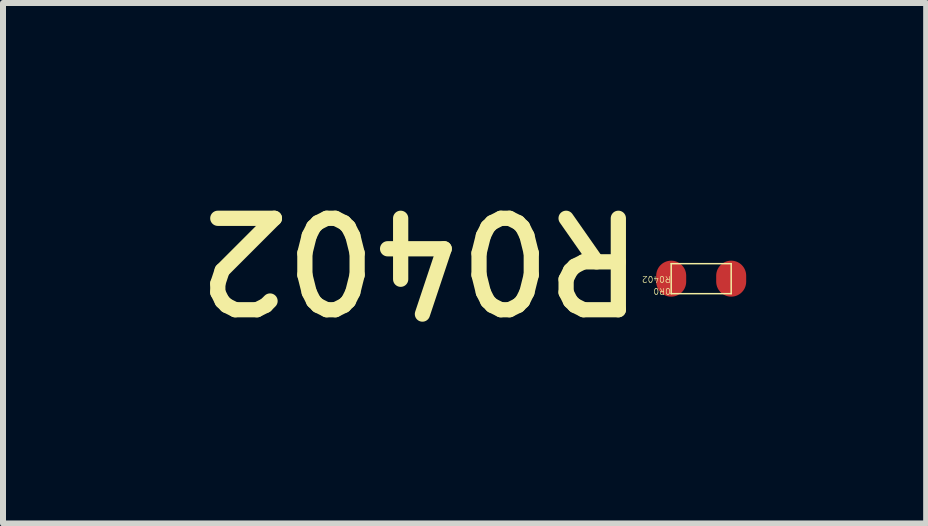
<source format=kicad_pcb>
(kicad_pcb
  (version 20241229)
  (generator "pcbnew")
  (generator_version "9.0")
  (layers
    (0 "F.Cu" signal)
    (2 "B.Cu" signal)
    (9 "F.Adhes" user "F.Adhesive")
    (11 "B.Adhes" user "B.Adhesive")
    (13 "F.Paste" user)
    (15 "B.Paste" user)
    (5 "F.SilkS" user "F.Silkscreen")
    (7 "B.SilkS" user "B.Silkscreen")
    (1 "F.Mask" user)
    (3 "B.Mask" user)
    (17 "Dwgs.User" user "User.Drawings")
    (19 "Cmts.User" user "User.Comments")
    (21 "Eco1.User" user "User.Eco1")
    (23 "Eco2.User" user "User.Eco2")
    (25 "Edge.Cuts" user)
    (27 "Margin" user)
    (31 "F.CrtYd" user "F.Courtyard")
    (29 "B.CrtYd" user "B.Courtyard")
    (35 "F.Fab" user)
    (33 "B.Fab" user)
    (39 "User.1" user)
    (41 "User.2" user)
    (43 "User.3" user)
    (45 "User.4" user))
  (footprint "R0402"
    (layer "F.Cu")
    (at 8.638 1.595)
    (property "Reference" "R0402" (at -0.851 -1.206 180) (unlocked yes) (layer "F.SilkS") (effects (font (size 1.524 1.524) (thickness 0.254)) (justify left bottom)))
    (property "Value" "0R0" (at -0.851 2.731 180) (unlocked yes) (layer "F.SilkS") (hide yes) (effects (font (size 1.524 1.524) (thickness 0.254)) (justify left bottom)))
    (fp_line (start -0.5 -0.25) (end -0.5 0.25) (stroke (width 0.025) (type solid)) (layer "F.SilkS"))
    (fp_line (start 0.5 -0.25) (end -0.5 -0.25) (stroke (width 0.025) (type solid)) (layer "F.SilkS"))
    (fp_line (start 0.5 -0.25) (end 0.5 0.25) (stroke (width 0.025) (type solid)) (layer "F.SilkS"))
    (fp_line (start 0.5 0.25) (end -0.5 0.25) (stroke (width 0.025) (type solid)) (layer "F.SilkS"))
    (fp_text user "${VALUE}" (at -0.5 0.15 180) (unlocked yes) (layer "F.SilkS") (effects (font (size 0.1 0.1) (thickness 0.01)) (justify left bottom)))
    (fp_text user "${REFERENCE}" (at -0.5 -0.05 180) (unlocked yes) (layer "F.SilkS") (effects (font (size 0.1 0.1) (thickness 0.01)) (justify left bottom)))
    (pad "1" smd oval (at -0.5 0 180) (size 0.5 0.6) (layers "F.Cu" "F.Mask" "F.Paste"))
    (pad "2" smd oval (at 0.5 0 180) (size 0.5 0.6) (layers "F.Cu" "F.Mask" "F.Paste")))
  (gr_rect
    (start -3 -3)
    (end 12.388 5.675)
    (stroke (width 0.1) (type default))
    (fill no)
    (layer "Edge.Cuts")))
</source>
